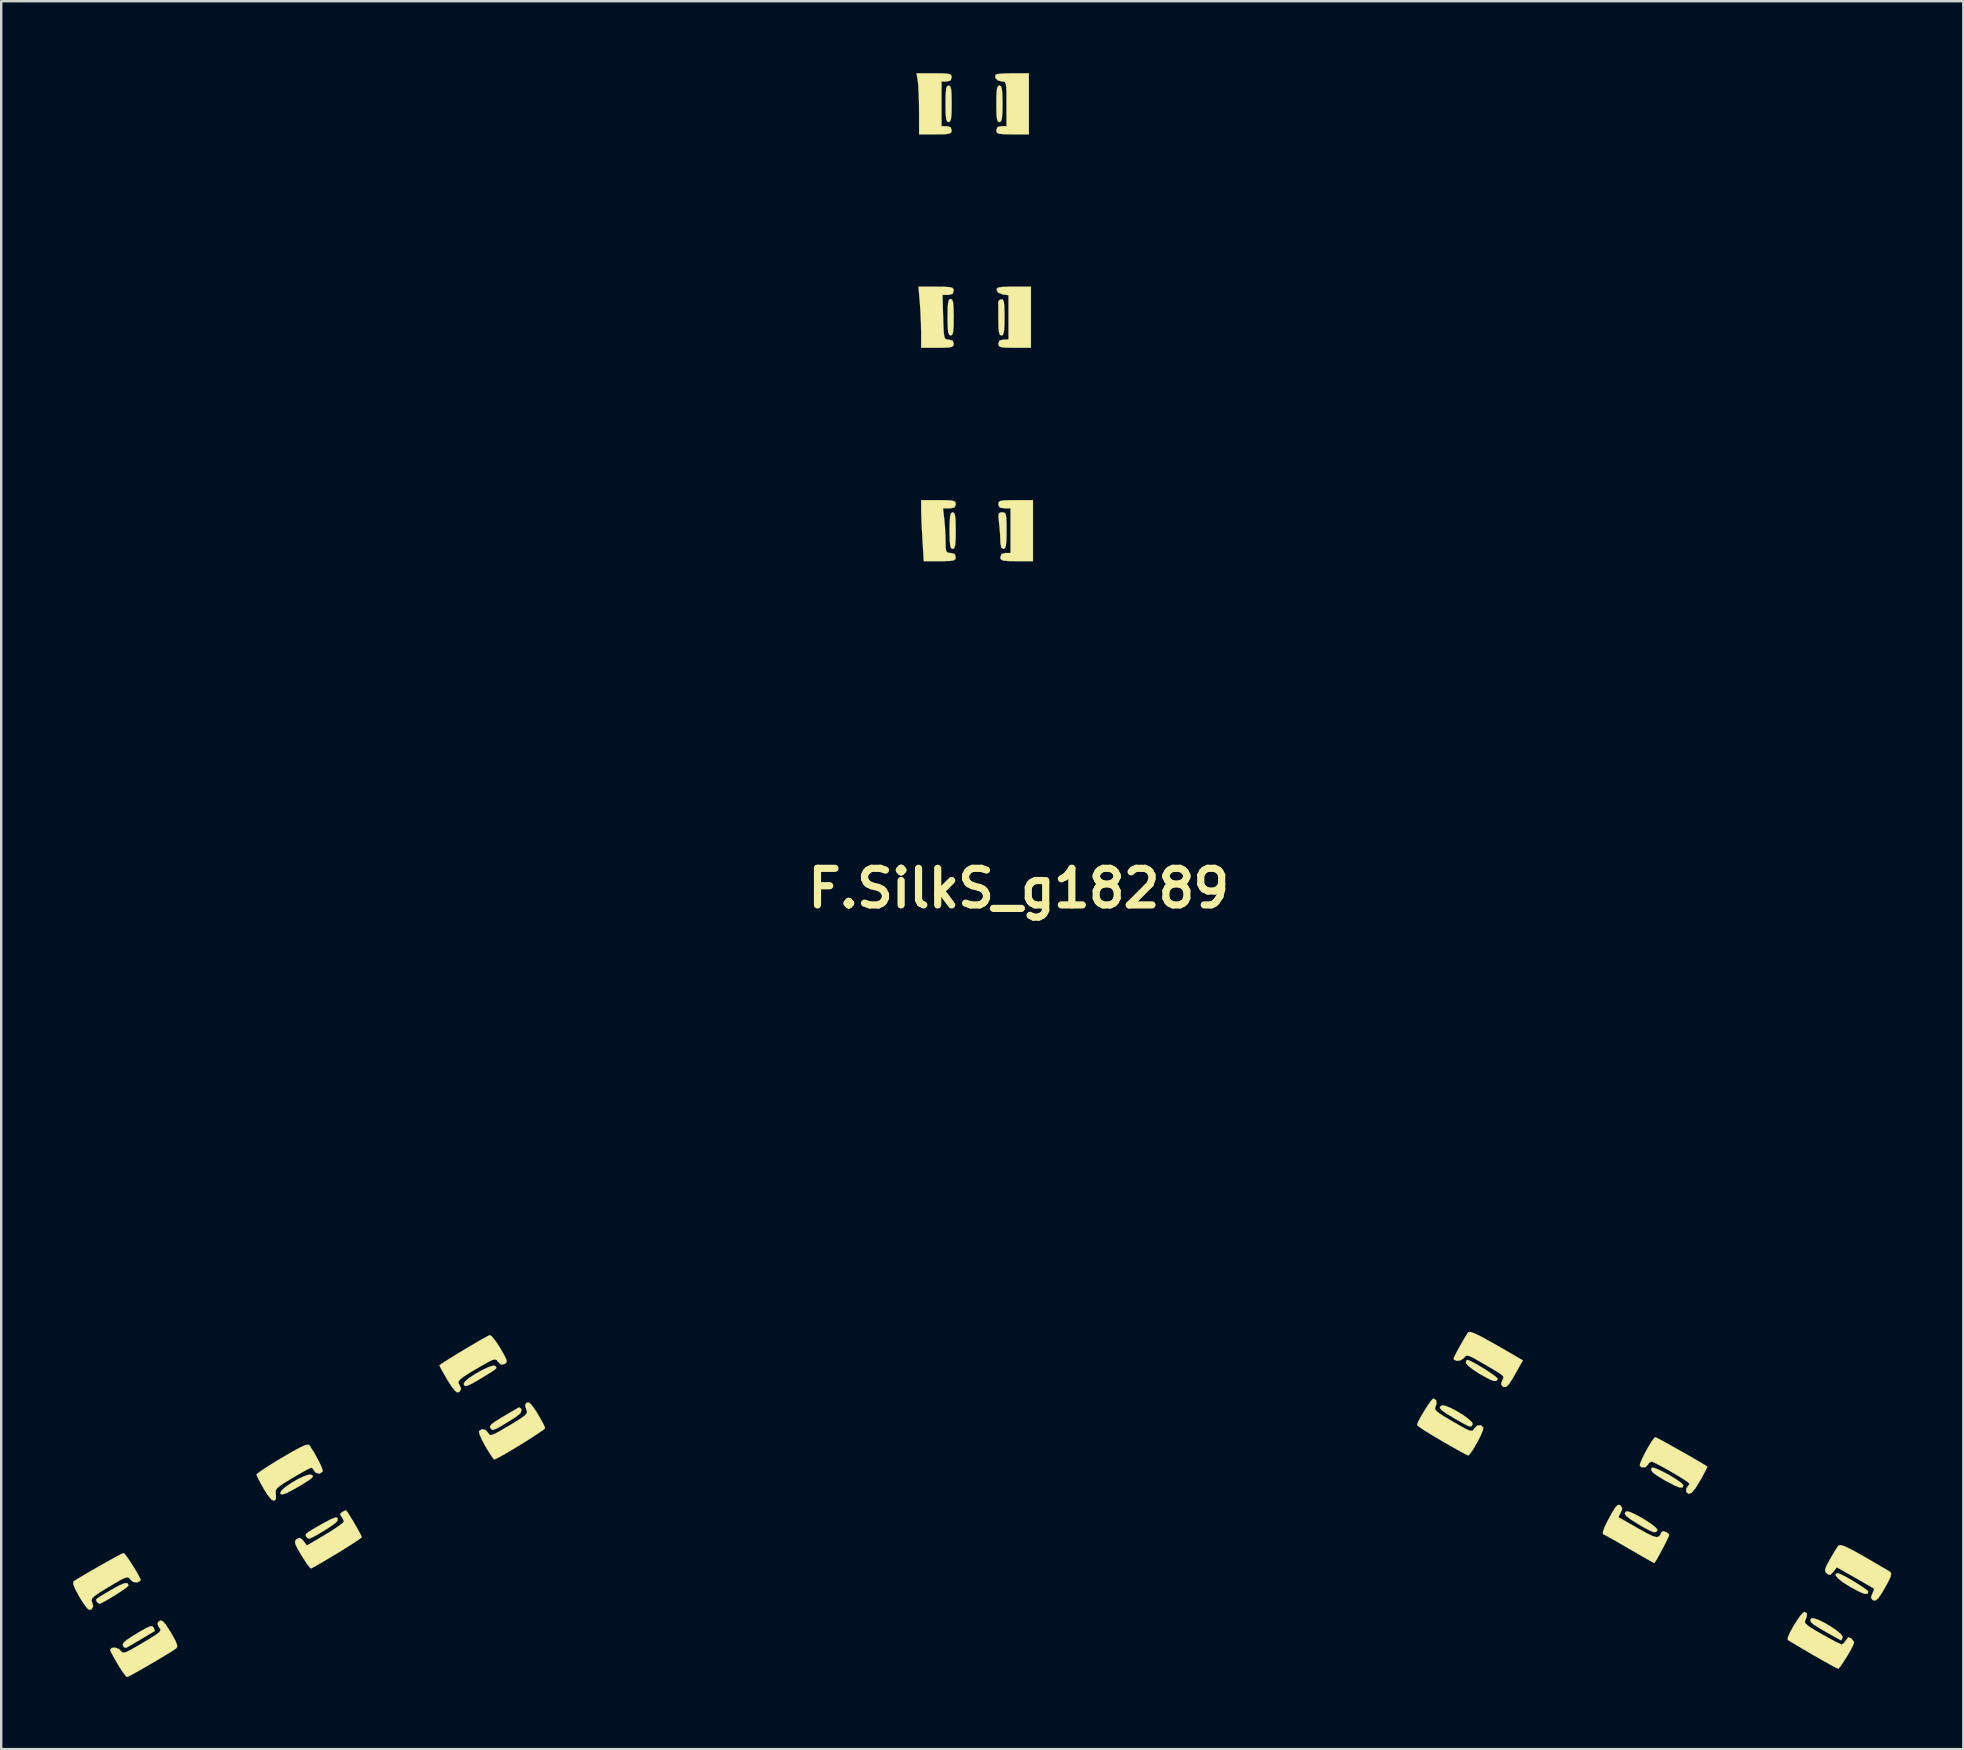
<source format=kicad_pcb>
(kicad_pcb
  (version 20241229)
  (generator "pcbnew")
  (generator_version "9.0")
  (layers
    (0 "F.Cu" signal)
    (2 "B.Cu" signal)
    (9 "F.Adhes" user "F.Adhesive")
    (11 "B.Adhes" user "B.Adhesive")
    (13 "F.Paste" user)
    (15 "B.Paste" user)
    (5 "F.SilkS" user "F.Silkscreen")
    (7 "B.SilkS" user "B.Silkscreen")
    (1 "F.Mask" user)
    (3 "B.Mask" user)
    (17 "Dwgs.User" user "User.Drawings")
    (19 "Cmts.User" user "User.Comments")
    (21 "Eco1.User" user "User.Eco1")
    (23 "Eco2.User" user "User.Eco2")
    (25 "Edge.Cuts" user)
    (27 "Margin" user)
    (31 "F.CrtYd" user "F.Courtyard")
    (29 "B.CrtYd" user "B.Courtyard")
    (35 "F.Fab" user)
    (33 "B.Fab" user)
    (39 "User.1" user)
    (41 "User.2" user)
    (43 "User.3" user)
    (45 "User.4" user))
  (footprint "F.SilkS_g18289"
    (layer "F.Cu")
    (at 39.386 33.956)
    (property "Reference" "F.SilkS_g18289" (at 0 0 0) (layer "F.SilkS") (effects (font (size 1.524 1.524) (thickness 0.3))))
    (attr through_hole)
    (fp_poly (pts (xy -29.397 24.476) (xy -29.438 24.55) (xy -29.534 24.627) (xy -29.712 24.746) (xy -29.977 24.906) (xy -30.223 25.046) (xy -30.497 25.188) (xy -30.661 25.245) (xy -30.743 25.227) (xy -30.762 25.196) (xy -30.718 25.095) (xy -30.56 24.951) (xy -30.328 24.787) (xy -30.061 24.63) (xy -29.802 24.502) (xy -29.59 24.428) (xy -29.48 24.425) (xy -29.397 24.476)) (stroke (width 0.01) (type solid)) (fill yes) (layer "F.SilkS"))
    (fp_poly (pts (xy 34.246 28.574) (xy 34.454 28.68) (xy 34.711 28.827) (xy 34.974 28.988) (xy 35.202 29.138) (xy 35.353 29.253) (xy 35.391 29.299) (xy 35.357 29.386) (xy 35.244 29.39) (xy 35.033 29.308) (xy 34.704 29.134) (xy 34.647 29.101) (xy 34.33 28.902) (xy 34.118 28.733) (xy 34.025 28.608) (xy 34.064 28.54) (xy 34.127 28.533) (xy 34.246 28.574)) (stroke (width 0.01) (type solid)) (fill yes) (layer "F.SilkS"))
    (fp_poly (pts (xy -21.815 19.892) (xy -21.769 19.94) (xy -21.761 19.983) (xy -21.815 20.042) (xy -21.955 20.137) (xy -22.204 20.291) (xy -22.375 20.395) (xy -22.71 20.593) (xy -22.929 20.702) (xy -23.053 20.731) (xy -23.107 20.686) (xy -23.114 20.624) (xy -23.045 20.521) (xy -22.868 20.378) (xy -22.622 20.219) (xy -22.352 20.068) (xy -22.099 19.949) (xy -21.904 19.885) (xy -21.815 19.892)) (stroke (width 0.01) (type solid)) (fill yes) (layer "F.SilkS"))
    (fp_poly (pts (xy 17.773 21.556) (xy 17.99 21.644) (xy 18.25 21.781) (xy 18.512 21.942) (xy 18.735 22.103) (xy 18.879 22.238) (xy 18.909 22.314) (xy 18.875 22.388) (xy 18.822 22.417) (xy 18.723 22.392) (xy 18.546 22.304) (xy 18.262 22.142) (xy 18.141 22.072) (xy 17.809 21.873) (xy 17.614 21.734) (xy 17.541 21.639) (xy 17.575 21.573) (xy 17.639 21.541) (xy 17.773 21.556)) (stroke (width 0.01) (type solid)) (fill yes) (layer "F.SilkS"))
    (fp_poly (pts (xy 18.806 19.684) (xy 19.013 19.791) (xy 19.268 19.939) (xy 19.529 20.103) (xy 19.757 20.257) (xy 19.912 20.378) (xy 19.957 20.437) (xy 19.902 20.514) (xy 19.796 20.521) (xy 19.61 20.449) (xy 19.32 20.292) (xy 19.198 20.221) (xy 18.928 20.046) (xy 18.727 19.889) (xy 18.63 19.778) (xy 18.627 19.763) (xy 18.66 19.654) (xy 18.686 19.643) (xy 18.806 19.684)) (stroke (width 0.01) (type solid)) (fill yes) (layer "F.SilkS"))
    (fp_poly (pts (xy 25.422 25.966) (xy 25.627 26.051) (xy 25.883 26.186) (xy 26.15 26.345) (xy 26.387 26.506) (xy 26.553 26.643) (xy 26.608 26.732) (xy 26.608 26.733) (xy 26.556 26.809) (xy 26.456 26.818) (xy 26.283 26.751) (xy 26.008 26.602) (xy 25.823 26.492) (xy 25.502 26.291) (xy 25.315 26.148) (xy 25.247 26.048) (xy 25.281 25.974) (xy 25.309 25.954) (xy 25.422 25.966)) (stroke (width 0.01) (type solid)) (fill yes) (layer "F.SilkS"))
    (fp_poly (pts (xy 26.459 24.138) (xy 26.649 24.21) (xy 26.899 24.333) (xy 27.167 24.481) (xy 27.415 24.635) (xy 27.6 24.769) (xy 27.683 24.863) (xy 27.684 24.871) (xy 27.651 24.956) (xy 27.534 24.958) (xy 27.316 24.872) (xy 26.979 24.693) (xy 26.948 24.676) (xy 26.626 24.485) (xy 26.434 24.348) (xy 26.353 24.245) (xy 26.36 24.155) (xy 26.369 24.137) (xy 26.459 24.138)) (stroke (width 0.01) (type solid)) (fill yes) (layer "F.SilkS"))
    (fp_poly (pts (xy 33.301 30.466) (xy 33.551 30.588) (xy 33.817 30.743) (xy 34.06 30.908) (xy 34.242 31.06) (xy 34.322 31.176) (xy 34.32 31.2) (xy 34.272 31.31) (xy 34.26 31.325) (xy 34.186 31.286) (xy 34.001 31.184) (xy 33.741 31.039) (xy 33.674 31.001) (xy 33.331 30.804) (xy 33.116 30.666) (xy 33.006 30.568) (xy 32.979 30.489) (xy 33.006 30.417) (xy 33.106 30.402) (xy 33.301 30.466)) (stroke (width 0.01) (type solid)) (fill yes) (layer "F.SilkS"))
    (fp_poly (pts (xy -37.124 28.946) (xy -37.084 29.034) (xy -37.084 29.042) (xy -37.151 29.109) (xy -37.323 29.234) (xy -37.56 29.39) (xy -37.818 29.55) (xy -38.057 29.689) (xy -38.234 29.781) (xy -38.3 29.803) (xy -38.379 29.743) (xy -38.4 29.712) (xy -38.43 29.666) (xy -38.433 29.628) (xy -38.384 29.577) (xy -38.257 29.494) (xy -38.027 29.356) (xy -37.809 29.228) (xy -37.469 29.038) (xy -37.246 28.945) (xy -37.124 28.946)) (stroke (width 0.01) (type solid)) (fill yes) (layer "F.SilkS"))
    (fp_poly (pts (xy -36.039 30.789) (xy -35.992 30.909) (xy -35.997 30.938) (xy -36.078 30.988) (xy -36.262 31.098) (xy -36.505 31.242) (xy -36.762 31.393) (xy -36.991 31.527) (xy -37.146 31.617) (xy -37.184 31.638) (xy -37.273 31.608) (xy -37.299 31.575) (xy -37.322 31.499) (xy -37.279 31.415) (xy -37.147 31.303) (xy -36.905 31.144) (xy -36.649 30.987) (xy -36.364 30.823) (xy -36.188 30.744) (xy -36.089 30.741) (xy -36.039 30.789)) (stroke (width 0.01) (type solid)) (fill yes) (layer "F.SilkS"))
    (fp_poly (pts (xy -28.37 26.227) (xy -28.381 26.34) (xy -28.388 26.359) (xy -28.474 26.443) (xy -28.664 26.58) (xy -28.912 26.741) (xy -29.173 26.898) (xy -29.403 27.023) (xy -29.555 27.089) (xy -29.579 27.093) (xy -29.658 27.033) (xy -29.682 26.999) (xy -29.704 26.947) (xy -29.685 26.894) (xy -29.601 26.821) (xy -29.426 26.711) (xy -29.139 26.545) (xy -28.971 26.45) (xy -28.651 26.28) (xy -28.455 26.206) (xy -28.37 26.227)) (stroke (width 0.01) (type solid)) (fill yes) (layer "F.SilkS"))
    (fp_poly (pts (xy -20.744 21.659) (xy -20.712 21.718) (xy -20.749 21.854) (xy -20.949 22.022) (xy -20.979 22.04) (xy -21.358 22.274) (xy -21.618 22.43) (xy -21.787 22.52) (xy -21.888 22.554) (xy -21.948 22.545) (xy -21.993 22.503) (xy -22.004 22.49) (xy -22.026 22.416) (xy -21.958 22.323) (xy -21.781 22.192) (xy -21.486 22.012) (xy -21.198 21.843) (xy -20.968 21.708) (xy -20.833 21.63) (xy -20.816 21.621) (xy -20.744 21.659)) (stroke (width 0.01) (type solid)) (fill yes) (layer "F.SilkS"))
    (fp_poly (pts (xy -2.859 -33.414) (xy -2.82 -33.305) (xy -2.8 -33.089) (xy -2.794 -32.737) (xy -2.794 -32.681) (xy -2.799 -32.31) (xy -2.817 -32.078) (xy -2.853 -31.958) (xy -2.912 -31.92) (xy -2.921 -31.919) (xy -2.983 -31.949) (xy -3.022 -32.057) (xy -3.042 -32.273) (xy -3.048 -32.626) (xy -3.048 -32.681) (xy -3.043 -33.053) (xy -3.025 -33.285) (xy -2.989 -33.405) (xy -2.93 -33.443) (xy -2.921 -33.443) (xy -2.859 -33.414)) (stroke (width 0.01) (type solid)) (fill yes) (layer "F.SilkS"))
    (fp_poly (pts (xy -2.774 -24.524) (xy -2.736 -24.415) (xy -2.716 -24.199) (xy -2.709 -23.847) (xy -2.709 -23.791) (xy -2.714 -23.42) (xy -2.732 -23.188) (xy -2.768 -23.068) (xy -2.827 -23.03) (xy -2.836 -23.029) (xy -2.898 -23.059) (xy -2.937 -23.167) (xy -2.957 -23.383) (xy -2.963 -23.736) (xy -2.963 -23.791) (xy -2.958 -24.163) (xy -2.94 -24.395) (xy -2.904 -24.515) (xy -2.846 -24.553) (xy -2.836 -24.553) (xy -2.774 -24.524)) (stroke (width 0.01) (type solid)) (fill yes) (layer "F.SilkS"))
    (fp_poly (pts (xy -2.69 -15.634) (xy -2.651 -15.525) (xy -2.631 -15.309) (xy -2.625 -14.957) (xy -2.625 -14.901) (xy -2.63 -14.53) (xy -2.648 -14.298) (xy -2.684 -14.178) (xy -2.742 -14.14) (xy -2.752 -14.139) (xy -2.814 -14.169) (xy -2.852 -14.277) (xy -2.872 -14.493) (xy -2.879 -14.846) (xy -2.879 -14.901) (xy -2.874 -15.273) (xy -2.856 -15.505) (xy -2.82 -15.625) (xy -2.761 -15.663) (xy -2.752 -15.663) (xy -2.69 -15.634)) (stroke (width 0.01) (type solid)) (fill yes) (layer "F.SilkS"))
    (fp_poly (pts (xy -0.742 -33.414) (xy -0.704 -33.305) (xy -0.684 -33.089) (xy -0.677 -32.737) (xy -0.677 -32.681) (xy -0.682 -32.31) (xy -0.7 -32.078) (xy -0.736 -31.958) (xy -0.795 -31.92) (xy -0.804 -31.919) (xy -0.866 -31.949) (xy -0.905 -32.057) (xy -0.925 -32.273) (xy -0.931 -32.626) (xy -0.931 -32.681) (xy -0.926 -33.053) (xy -0.908 -33.285) (xy -0.872 -33.405) (xy -0.814 -33.443) (xy -0.804 -33.443) (xy -0.742 -33.414)) (stroke (width 0.01) (type solid)) (fill yes) (layer "F.SilkS"))
    (fp_poly (pts (xy -0.661 -24.528) (xy -0.622 -24.445) (xy -0.601 -24.261) (xy -0.593 -23.947) (xy -0.593 -23.798) (xy -0.598 -23.424) (xy -0.615 -23.191) (xy -0.651 -23.069) (xy -0.709 -23.03) (xy -0.72 -23.029) (xy -0.785 -23.061) (xy -0.824 -23.177) (xy -0.843 -23.407) (xy -0.847 -23.707) (xy -0.847 -24.032) (xy -0.849 -24.289) (xy -0.851 -24.434) (xy -0.851 -24.448) (xy -0.786 -24.518) (xy -0.724 -24.538) (xy -0.661 -24.528)) (stroke (width 0.01) (type solid)) (fill yes) (layer "F.SilkS"))
    (fp_poly (pts (xy -0.603 -15.653) (xy -0.55 -15.6) (xy -0.521 -15.473) (xy -0.51 -15.238) (xy -0.508 -14.901) (xy -0.513 -14.53) (xy -0.531 -14.298) (xy -0.567 -14.178) (xy -0.626 -14.14) (xy -0.635 -14.139) (xy -0.726 -14.199) (xy -0.762 -14.395) (xy -0.763 -14.457) (xy -0.774 -14.736) (xy -0.801 -15.075) (xy -0.817 -15.219) (xy -0.842 -15.477) (xy -0.83 -15.609) (xy -0.769 -15.658) (xy -0.689 -15.663) (xy -0.603 -15.653)) (stroke (width 0.01) (type solid)) (fill yes) (layer "F.SilkS"))
    (fp_poly (pts (xy 0.508 -22.521) (xy -0.169 -22.521) (xy -0.507 -22.525) (xy -0.709 -22.541) (xy -0.81 -22.579) (xy -0.844 -22.646) (xy -0.847 -22.691) (xy -0.797 -22.823) (xy -0.635 -22.86) (xy -0.423 -22.86) (xy -0.423 -24.711) (xy -0.655 -24.738) (xy -0.848 -24.81) (xy -0.916 -24.913) (xy -0.912 -24.985) (xy -0.847 -25.029) (xy -0.69 -25.052) (xy -0.409 -25.061) (xy -0.218 -25.061) (xy 0.508 -25.061) (xy 0.508 -22.521)) (stroke (width 0.01) (type solid)) (fill yes) (layer "F.SilkS"))
    (fp_poly (pts (xy 0.593 -13.631) (xy -0.085 -13.631) (xy -0.422 -13.635) (xy -0.624 -13.651) (xy -0.726 -13.689) (xy -0.76 -13.756) (xy -0.762 -13.801) (xy -0.712 -13.933) (xy -0.55 -13.97) (xy -0.339 -13.97) (xy -0.339 -15.833) (xy -0.593 -15.833) (xy -0.779 -15.859) (xy -0.844 -15.958) (xy -0.847 -16.002) (xy -0.833 -16.084) (xy -0.771 -16.135) (xy -0.627 -16.161) (xy -0.368 -16.17) (xy -0.127 -16.171) (xy 0.593 -16.171) (xy 0.593 -13.631)) (stroke (width 0.01) (type solid)) (fill yes) (layer "F.SilkS"))
    (fp_poly (pts (xy -3.172 -33.948) (xy -2.955 -33.934) (xy -2.842 -33.901) (xy -2.799 -33.841) (xy -2.794 -33.782) (xy -2.844 -33.649) (xy -3.006 -33.613) (xy -3.217 -33.613) (xy -3.217 -31.75) (xy -3.006 -31.75) (xy -2.84 -31.71) (xy -2.794 -31.581) (xy -2.808 -31.496) (xy -2.873 -31.446) (xy -3.023 -31.42) (xy -3.293 -31.412) (xy -3.471 -31.411) (xy -4.149 -31.411) (xy -4.15 -32.364) (xy -4.155 -32.785) (xy -4.168 -33.175) (xy -4.186 -33.485) (xy -4.203 -33.634) (xy -4.255 -33.951) (xy -3.525 -33.951) (xy -3.172 -33.948)) (stroke (width 0.01) (type solid)) (fill yes) (layer "F.SilkS"))
    (fp_poly (pts (xy 0.423 -31.411) (xy -0.254 -31.411) (xy -0.591 -31.415) (xy -0.794 -31.431) (xy -0.895 -31.469) (xy -0.929 -31.536) (xy -0.931 -31.581) (xy -0.882 -31.713) (xy -0.72 -31.75) (xy -0.508 -31.75) (xy -0.508 -32.681) (xy -0.509 -33.088) (xy -0.517 -33.355) (xy -0.538 -33.511) (xy -0.578 -33.587) (xy -0.644 -33.611) (xy -0.711 -33.613) (xy -0.879 -33.661) (xy -0.978 -33.771) (xy -0.963 -33.891) (xy -0.954 -33.901) (xy -0.851 -33.925) (xy -0.623 -33.942) (xy -0.315 -33.951) (xy -0.24 -33.951) (xy 0.423 -33.951) (xy 0.423 -31.411)) (stroke (width 0.01) (type solid)) (fill yes) (layer "F.SilkS"))
    (fp_poly (pts (xy -3.088 -25.058) (xy -2.871 -25.044) (xy -2.757 -25.011) (xy -2.715 -24.952) (xy -2.709 -24.892) (xy -2.754 -24.764) (xy -2.913 -24.723) (xy -2.942 -24.723) (xy -3.175 -24.723) (xy -3.149 -23.792) (xy -3.136 -23.385) (xy -3.12 -23.118) (xy -3.094 -22.962) (xy -3.051 -22.886) (xy -2.982 -22.862) (xy -2.916 -22.86) (xy -2.752 -22.818) (xy -2.709 -22.691) (xy -2.723 -22.606) (xy -2.789 -22.556) (xy -2.939 -22.53) (xy -3.208 -22.522) (xy -3.387 -22.521) (xy -4.064 -22.521) (xy -4.064 -23.144) (xy -4.072 -23.568) (xy -4.094 -24.046) (xy -4.119 -24.414) (xy -4.174 -25.061) (xy -3.441 -25.061) (xy -3.088 -25.058)) (stroke (width 0.01) (type solid)) (fill yes) (layer "F.SilkS"))
    (fp_poly (pts (xy -2.994 -16.168) (xy -2.781 -16.154) (xy -2.67 -16.12) (xy -2.629 -16.059) (xy -2.625 -16.002) (xy -2.662 -15.88) (xy -2.805 -15.835) (xy -2.89 -15.833) (xy -3.156 -15.833) (xy -3.103 -15.388) (xy -3.071 -15.03) (xy -3.052 -14.629) (xy -3.049 -14.457) (xy -3.043 -14.183) (xy -3.016 -14.037) (xy -2.95 -13.98) (xy -2.836 -13.97) (xy -2.67 -13.93) (xy -2.625 -13.801) (xy -2.639 -13.716) (xy -2.705 -13.665) (xy -2.857 -13.64) (xy -3.13 -13.632) (xy -3.289 -13.631) (xy -3.954 -13.631) (xy -4.009 -14.534) (xy -4.032 -14.952) (xy -4.051 -15.35) (xy -4.062 -15.669) (xy -4.064 -15.804) (xy -4.064 -16.171) (xy -3.344 -16.171) (xy -2.994 -16.168)) (stroke (width 0.01) (type solid)) (fill yes) (layer "F.SilkS"))
    (fp_poly (pts (xy 19.01 18.549) (xy 19.323 18.704) (xy 19.764 18.948) (xy 19.901 19.026) (xy 20.999 19.661) (xy 20.732 20.138) (xy 20.54 20.47) (xy 20.403 20.672) (xy 20.3 20.766) (xy 20.211 20.774) (xy 20.163 20.751) (xy 20.092 20.658) (xy 20.143 20.503) (xy 20.184 20.426) (xy 20.195 20.364) (xy 20.156 20.298) (xy 20.046 20.21) (xy 19.845 20.084) (xy 19.533 19.9) (xy 19.262 19.743) (xy 18.968 19.575) (xy 18.783 19.484) (xy 18.672 19.462) (xy 18.598 19.498) (xy 18.539 19.568) (xy 18.404 19.66) (xy 18.246 19.682) (xy 18.135 19.631) (xy 18.119 19.58) (xy 18.157 19.489) (xy 18.256 19.298) (xy 18.389 19.055) (xy 18.53 18.807) (xy 18.653 18.601) (xy 18.728 18.488) (xy 18.815 18.478) (xy 19.01 18.549)) (stroke (width 0.01) (type solid)) (fill yes) (layer "F.SilkS"))
    (fp_poly (pts (xy -27.969 25.976) (xy -27.858 26.148) (xy -27.716 26.382) (xy -27.569 26.635) (xy -27.442 26.865) (xy -27.364 27.022) (xy -27.424 27.079) (xy -27.604 27.204) (xy -27.874 27.378) (xy -28.206 27.586) (xy -28.573 27.809) (xy -28.946 28.031) (xy -29.298 28.233) (xy -29.476 28.332) (xy -29.541 28.279) (xy -29.667 28.112) (xy -29.828 27.864) (xy -29.873 27.791) (xy -30.042 27.502) (xy -30.13 27.32) (xy -30.148 27.211) (xy -30.106 27.138) (xy -30.075 27.112) (xy -29.954 27.055) (xy -29.847 27.124) (xy -29.793 27.191) (xy -29.652 27.377) (xy -28.881 26.92) (xy -28.564 26.724) (xy -28.31 26.552) (xy -28.15 26.425) (xy -28.109 26.372) (xy -28.164 26.238) (xy -28.214 26.175) (xy -28.272 26.07) (xy -28.193 25.99) (xy -28.062 25.921) (xy -28.023 25.909) (xy -27.969 25.976)) (stroke (width 0.01) (type solid)) (fill yes) (layer "F.SilkS"))
    (fp_poly (pts (xy -29.547 23.197) (xy -29.54 23.206) (xy -29.33 23.544) (xy -29.158 23.856) (xy -29.04 24.109) (xy -28.993 24.268) (xy -28.998 24.298) (xy -29.127 24.38) (xy -29.278 24.345) (xy -29.349 24.257) (xy -29.428 24.145) (xy -29.467 24.13) (xy -29.564 24.171) (xy -29.772 24.281) (xy -30.056 24.443) (xy -30.266 24.566) (xy -30.598 24.768) (xy -30.807 24.91) (xy -30.919 25.017) (xy -30.957 25.112) (xy -30.948 25.221) (xy -30.945 25.233) (xy -30.942 25.436) (xy -31.013 25.509) (xy -31.127 25.462) (xy -31.295 25.258) (xy -31.441 25.025) (xy -31.592 24.755) (xy -31.702 24.54) (xy -31.748 24.423) (xy -31.748 24.419) (xy -31.678 24.351) (xy -31.488 24.215) (xy -31.202 24.03) (xy -30.847 23.812) (xy -30.682 23.714) (xy -30.253 23.465) (xy -29.945 23.297) (xy -29.739 23.203) (xy -29.613 23.173) (xy -29.547 23.197)) (stroke (width 0.01) (type solid)) (fill yes) (layer "F.SilkS"))
    (fp_poly (pts (xy 34.395 27.404) (xy 34.651 27.525) (xy 35.023 27.728) (xy 35.222 27.842) (xy 35.593 28.057) (xy 35.916 28.246) (xy 36.16 28.389) (xy 36.294 28.469) (xy 36.304 28.476) (xy 36.344 28.553) (xy 36.306 28.703) (xy 36.181 28.956) (xy 36.143 29.026) (xy 35.951 29.359) (xy 35.813 29.561) (xy 35.71 29.656) (xy 35.621 29.664) (xy 35.572 29.641) (xy 35.502 29.553) (xy 35.546 29.407) (xy 35.558 29.383) (xy 35.624 29.233) (xy 35.63 29.171) (xy 35.55 29.122) (xy 35.354 29.008) (xy 35.075 28.847) (xy 34.84 28.714) (xy 34.078 28.28) (xy 33.938 28.466) (xy 33.82 28.589) (xy 33.718 28.58) (xy 33.663 28.539) (xy 33.597 28.464) (xy 33.593 28.364) (xy 33.66 28.199) (xy 33.794 27.951) (xy 33.947 27.687) (xy 34.08 27.476) (xy 34.154 27.376) (xy 34.235 27.357) (xy 34.395 27.404)) (stroke (width 0.01) (type solid)) (fill yes) (layer "F.SilkS"))
    (fp_poly (pts (xy -37.218 27.755) (xy -37.094 27.926) (xy -36.942 28.157) (xy -36.788 28.406) (xy -36.66 28.628) (xy -36.585 28.78) (xy -36.576 28.814) (xy -36.643 28.873) (xy -36.721 28.909) (xy -36.892 28.891) (xy -36.996 28.796) (xy -37.059 28.726) (xy -37.132 28.699) (xy -37.243 28.725) (xy -37.423 28.813) (xy -37.702 28.975) (xy -37.907 29.098) (xy -38.253 29.31) (xy -38.474 29.459) (xy -38.59 29.566) (xy -38.626 29.65) (xy -38.602 29.729) (xy -38.556 29.918) (xy -38.631 30.037) (xy -38.719 30.056) (xy -38.806 29.987) (xy -38.945 29.804) (xy -39.109 29.546) (xy -39.14 29.491) (xy -39.304 29.186) (xy -39.381 28.992) (xy -39.379 28.886) (xy -39.352 28.857) (xy -39.142 28.726) (xy -38.853 28.554) (xy -38.518 28.36) (xy -38.169 28.161) (xy -37.839 27.976) (xy -37.56 27.823) (xy -37.364 27.721) (xy -37.286 27.688) (xy -37.218 27.755)) (stroke (width 0.01) (type solid)) (fill yes) (layer "F.SilkS"))
    (fp_poly (pts (xy 26.601 22.9) (xy 26.799 23.006) (xy 27.079 23.16) (xy 27.408 23.345) (xy 27.756 23.542) (xy 28.09 23.733) (xy 28.377 23.899) (xy 28.585 24.023) (xy 28.683 24.086) (xy 28.655 24.163) (xy 28.561 24.349) (xy 28.42 24.608) (xy 28.386 24.667) (xy 28.182 24.998) (xy 28.026 25.18) (xy 27.905 25.223) (xy 27.808 25.139) (xy 27.808 25.007) (xy 27.846 24.952) (xy 27.93 24.834) (xy 27.94 24.797) (xy 27.871 24.732) (xy 27.691 24.61) (xy 27.435 24.452) (xy 27.142 24.28) (xy 26.849 24.115) (xy 26.593 23.979) (xy 26.412 23.894) (xy 26.352 23.876) (xy 26.249 23.944) (xy 26.216 24.003) (xy 26.106 24.111) (xy 25.954 24.118) (xy 25.871 24.054) (xy 25.889 23.952) (xy 25.973 23.753) (xy 26.099 23.501) (xy 26.242 23.242) (xy 26.378 23.022) (xy 26.482 22.884) (xy 26.518 22.861) (xy 26.601 22.9)) (stroke (width 0.01) (type solid)) (fill yes) (layer "F.SilkS"))
    (fp_poly (pts (xy 17.385 21.316) (xy 17.402 21.472) (xy 17.362 21.58) (xy 17.338 21.66) (xy 17.372 21.742) (xy 17.488 21.846) (xy 17.706 21.99) (xy 18.049 22.194) (xy 18.078 22.211) (xy 18.431 22.414) (xy 18.666 22.539) (xy 18.813 22.597) (xy 18.898 22.596) (xy 18.951 22.546) (xy 18.969 22.515) (xy 19.1 22.381) (xy 19.25 22.363) (xy 19.353 22.466) (xy 19.332 22.58) (xy 19.246 22.787) (xy 19.119 23.039) (xy 18.976 23.291) (xy 18.843 23.497) (xy 18.745 23.612) (xy 18.723 23.622) (xy 18.634 23.581) (xy 18.427 23.471) (xy 18.129 23.305) (xy 17.768 23.1) (xy 17.632 23.021) (xy 17.26 22.801) (xy 16.947 22.607) (xy 16.719 22.456) (xy 16.604 22.364) (xy 16.595 22.349) (xy 16.636 22.23) (xy 16.742 22.027) (xy 16.885 21.783) (xy 17.037 21.543) (xy 17.171 21.353) (xy 17.26 21.256) (xy 17.271 21.251) (xy 17.385 21.316)) (stroke (width 0.01) (type solid)) (fill yes) (layer "F.SilkS"))
    (fp_poly (pts (xy 32.838 30.197) (xy 32.821 30.361) (xy 32.768 30.477) (xy 32.747 30.557) (xy 32.791 30.642) (xy 32.923 30.75) (xy 33.164 30.902) (xy 33.444 31.064) (xy 33.769 31.244) (xy 34.041 31.388) (xy 34.227 31.476) (xy 34.286 31.496) (xy 34.386 31.43) (xy 34.462 31.321) (xy 34.555 31.204) (xy 34.659 31.233) (xy 34.677 31.247) (xy 34.78 31.366) (xy 34.798 31.417) (xy 34.758 31.529) (xy 34.654 31.728) (xy 34.515 31.969) (xy 34.366 32.208) (xy 34.236 32.4) (xy 34.151 32.501) (xy 34.138 32.507) (xy 34.046 32.465) (xy 33.838 32.354) (xy 33.54 32.188) (xy 33.182 31.984) (xy 33.08 31.926) (xy 32.712 31.711) (xy 32.397 31.525) (xy 32.164 31.385) (xy 32.043 31.308) (xy 32.034 31.3) (xy 32.042 31.201) (xy 32.124 31.009) (xy 32.255 30.767) (xy 32.409 30.517) (xy 32.559 30.302) (xy 32.68 30.167) (xy 32.728 30.141) (xy 32.838 30.197)) (stroke (width 0.01) (type solid)) (fill yes) (layer "F.SilkS"))
    (fp_poly (pts (xy -35.656 30.529) (xy -35.536 30.665) (xy -35.367 30.923) (xy -35.281 31.066) (xy -35.118 31.362) (xy -35.052 31.547) (xy -35.075 31.643) (xy -35.08 31.647) (xy -35.22 31.742) (xy -35.458 31.89) (xy -35.763 32.074) (xy -36.1 32.274) (xy -36.438 32.469) (xy -36.743 32.643) (xy -36.981 32.774) (xy -37.121 32.844) (xy -37.142 32.851) (xy -37.219 32.783) (xy -37.351 32.603) (xy -37.511 32.35) (xy -37.532 32.314) (xy -37.685 32.047) (xy -37.796 31.841) (xy -37.845 31.735) (xy -37.846 31.73) (xy -37.782 31.642) (xy -37.637 31.628) (xy -37.483 31.687) (xy -37.426 31.74) (xy -37.36 31.813) (xy -37.286 31.84) (xy -37.172 31.812) (xy -36.985 31.719) (xy -36.696 31.552) (xy -36.576 31.482) (xy -36.201 31.258) (xy -35.953 31.102) (xy -35.81 30.994) (xy -35.753 30.916) (xy -35.761 30.849) (xy -35.814 30.776) (xy -35.878 30.632) (xy -35.835 30.552) (xy -35.749 30.498) (xy -35.656 30.529)) (stroke (width 0.01) (type solid)) (fill yes) (layer "F.SilkS"))
    (fp_poly (pts (xy -21.946 18.666) (xy -21.807 18.836) (xy -21.64 19.088) (xy -21.599 19.156) (xy -21.433 19.444) (xy -21.347 19.622) (xy -21.331 19.725) (xy -21.376 19.786) (xy -21.417 19.81) (xy -21.563 19.84) (xy -21.685 19.725) (xy -21.687 19.723) (xy -21.747 19.647) (xy -21.819 19.62) (xy -21.935 19.649) (xy -22.127 19.745) (xy -22.428 19.917) (xy -22.479 19.946) (xy -22.87 20.177) (xy -23.132 20.345) (xy -23.282 20.466) (xy -23.341 20.559) (xy -23.327 20.64) (xy -23.29 20.693) (xy -23.23 20.851) (xy -23.295 20.97) (xy -23.394 20.996) (xy -23.483 20.927) (xy -23.624 20.746) (xy -23.789 20.49) (xy -23.812 20.451) (xy -23.966 20.184) (xy -24.078 19.98) (xy -24.129 19.875) (xy -24.13 19.871) (xy -24.062 19.817) (xy -23.879 19.697) (xy -23.612 19.53) (xy -23.294 19.335) (xy -22.955 19.132) (xy -22.628 18.939) (xy -22.344 18.775) (xy -22.134 18.659) (xy -22.031 18.61) (xy -21.946 18.666)) (stroke (width 0.01) (type solid)) (fill yes) (layer "F.SilkS"))
    (fp_poly (pts (xy -20.399 21.421) (xy -20.277 21.536) (xy -20.107 21.782) (xy -20.052 21.871) (xy -19.895 22.14) (xy -19.78 22.358) (xy -19.731 22.479) (xy -19.73 22.484) (xy -19.798 22.548) (xy -19.98 22.677) (xy -20.246 22.853) (xy -20.565 23.055) (xy -20.905 23.265) (xy -21.235 23.462) (xy -21.523 23.629) (xy -21.739 23.745) (xy -21.85 23.791) (xy -21.852 23.791) (xy -21.912 23.724) (xy -22.031 23.545) (xy -22.186 23.291) (xy -22.214 23.244) (xy -22.362 22.969) (xy -22.458 22.746) (xy -22.484 22.617) (xy -22.481 22.609) (xy -22.352 22.525) (xy -22.196 22.573) (xy -22.1 22.687) (xy -22.053 22.754) (xy -21.984 22.776) (xy -21.868 22.743) (xy -21.674 22.644) (xy -21.376 22.47) (xy -21.217 22.375) (xy -20.87 22.164) (xy -20.646 22.016) (xy -20.524 21.911) (xy -20.482 21.826) (xy -20.496 21.74) (xy -20.515 21.695) (xy -20.563 21.526) (xy -20.5 21.428) (xy -20.489 21.42) (xy -20.399 21.421)) (stroke (width 0.01) (type solid)) (fill yes) (layer "F.SilkS"))
    (fp_poly (pts (xy 25.081 25.724) (xy 25.141 25.841) (xy 25.078 25.998) (xy 25.075 26.003) (xy 25.001 26.143) (xy 24.992 26.199) (xy 25.072 26.246) (xy 25.268 26.359) (xy 25.549 26.519) (xy 25.811 26.668) (xy 26.176 26.87) (xy 26.424 26.989) (xy 26.583 27.028) (xy 26.681 26.994) (xy 26.747 26.888) (xy 26.776 26.813) (xy 26.857 26.78) (xy 26.986 26.821) (xy 27.083 26.904) (xy 27.093 26.94) (xy 27.057 27.037) (xy 26.964 27.229) (xy 26.838 27.475) (xy 26.702 27.728) (xy 26.58 27.945) (xy 26.495 28.082) (xy 26.472 28.107) (xy 26.398 28.067) (xy 26.204 27.956) (xy 25.918 27.792) (xy 25.565 27.588) (xy 25.442 27.517) (xy 25.067 27.3) (xy 24.741 27.115) (xy 24.495 26.977) (xy 24.357 26.903) (xy 24.342 26.896) (xy 24.334 26.812) (xy 24.398 26.623) (xy 24.511 26.388) (xy 24.704 26.034) (xy 24.84 25.811) (xy 24.937 25.7) (xy 25.012 25.679) (xy 25.081 25.724)) (stroke (width 0.01) (type solid)) (fill yes) (layer "F.SilkS")))
  (gr_rect
    (start -3 -3)
    (end 78.735 69.812)
    (stroke (width 0.1) (type default))
    (fill no)
    (layer "Edge.Cuts")))
</source>
